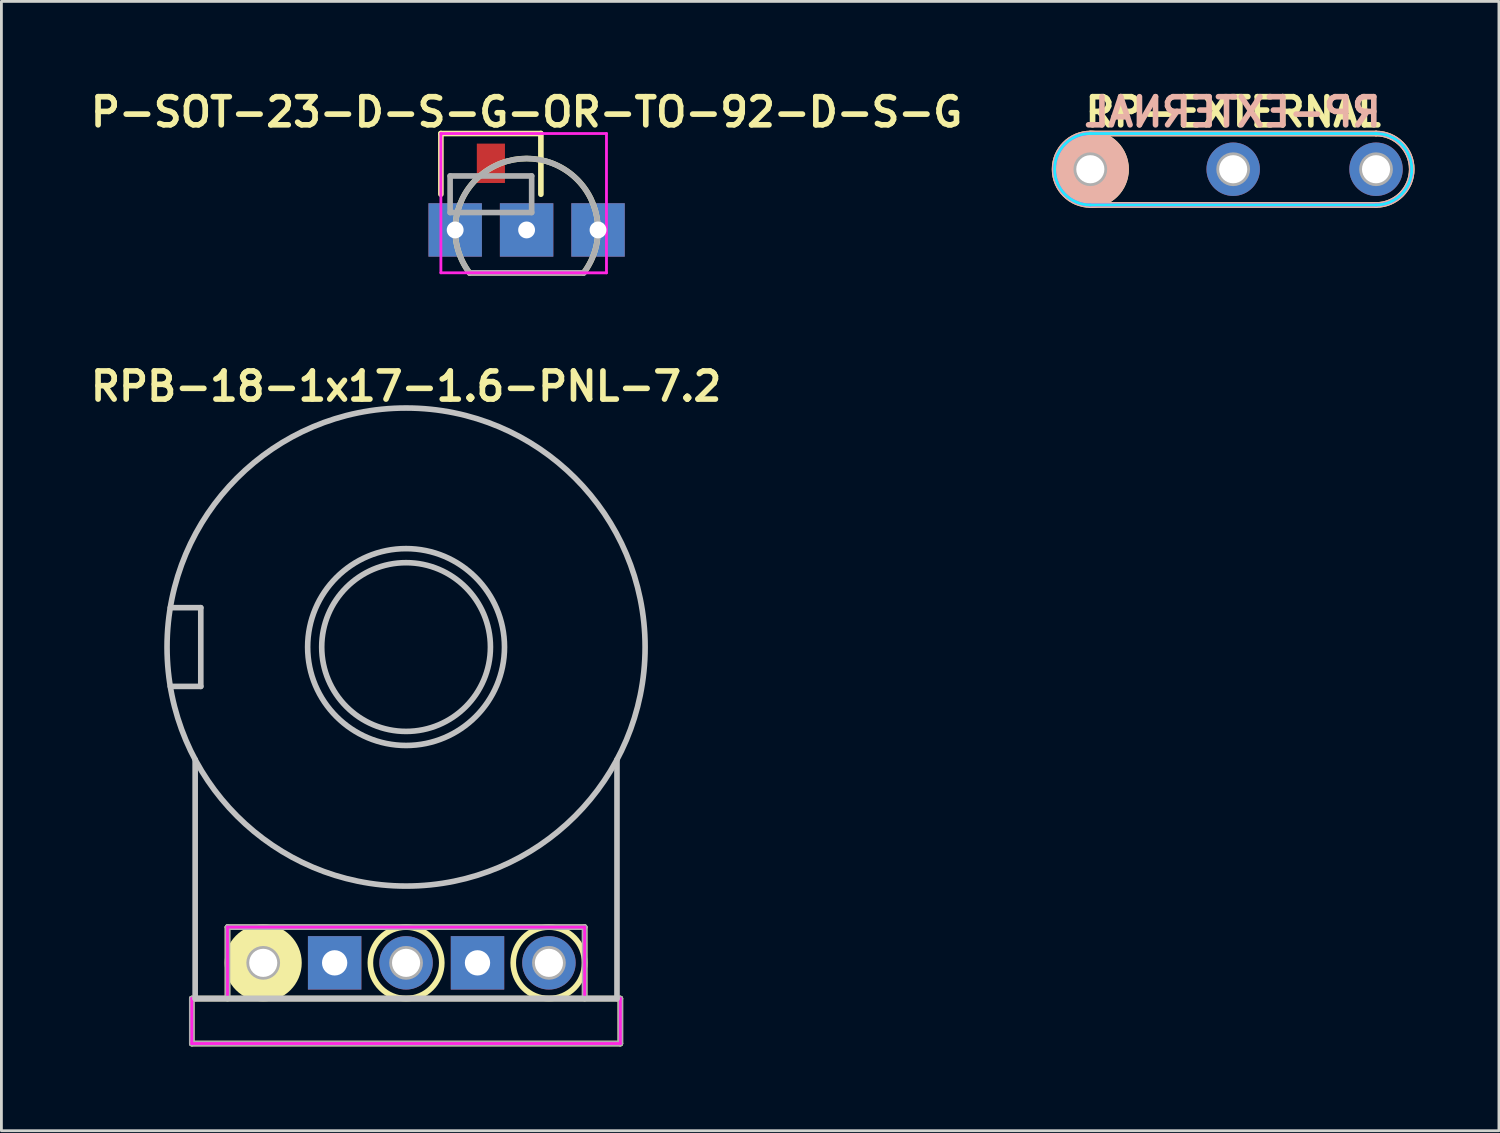
<source format=kicad_pcb>
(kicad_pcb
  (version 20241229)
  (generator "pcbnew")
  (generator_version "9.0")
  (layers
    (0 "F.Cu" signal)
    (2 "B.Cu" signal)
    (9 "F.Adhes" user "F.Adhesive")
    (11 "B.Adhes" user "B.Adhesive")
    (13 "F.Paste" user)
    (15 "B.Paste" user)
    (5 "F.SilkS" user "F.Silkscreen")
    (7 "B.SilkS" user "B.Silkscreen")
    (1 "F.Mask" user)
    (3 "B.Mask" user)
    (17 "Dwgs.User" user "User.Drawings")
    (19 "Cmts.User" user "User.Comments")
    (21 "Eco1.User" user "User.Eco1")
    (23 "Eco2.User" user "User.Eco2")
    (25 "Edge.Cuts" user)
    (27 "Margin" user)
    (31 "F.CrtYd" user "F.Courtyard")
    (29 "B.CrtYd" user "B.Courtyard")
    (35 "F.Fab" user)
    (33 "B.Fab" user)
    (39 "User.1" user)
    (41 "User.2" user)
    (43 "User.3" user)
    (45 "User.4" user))
  (footprint "RPB-18-1x17-1.6-PNL-7.2"
    (layer "F.Cu")
    (at 11.39 19.959)
    (property "Reference" "RPB-18-1x17-1.6-PNL-7.2" (at 0 -9.271 0) (layer "F.SilkS") (effects (font (size 1 1) (thickness 0.2))))
    (attr through_hole)
    (fp_line (start -7.62 12.5) (end -7.62 14.1) (stroke (width 0.2) (type solid)) (layer "F.SilkS"))
    (fp_line (start -7.62 12.5) (end 7.62 12.5) (stroke (width 0.2) (type solid)) (layer "F.SilkS"))
    (fp_line (start -7.62 14.1) (end 7.62 14.1) (stroke (width 0.2) (type solid)) (layer "F.SilkS"))
    (fp_line (start -6.35 9.96) (end -6.35 12.5) (stroke (width 0.2) (type solid)) (layer "F.SilkS"))
    (fp_line (start -6.35 9.96) (end 6.35 9.96) (stroke (width 0.2) (type solid)) (layer "F.SilkS"))
    (fp_line (start 6.35 9.96) (end 6.35 12.5) (stroke (width 0.2) (type solid)) (layer "F.SilkS"))
    (fp_line (start 7.62 12.5) (end 7.62 14.1) (stroke (width 0.2) (type solid)) (layer "F.SilkS"))
    (fp_circle (center -5.08 11.23) (end -4.395 11.23) (stroke (width 1.37) (type solid)) (fill no) (layer "F.SilkS"))
    (fp_circle (center 0 11.23) (end 1.27 11.23) (stroke (width 0.2) (type solid)) (fill no) (layer "F.SilkS"))
    (fp_circle (center 5.08 11.23) (end 6.35 11.23) (stroke (width 0.2) (type solid)) (fill no) (layer "F.SilkS"))
    (fp_line (start -8.384 -1.4) (end -7.3 -1.4) (stroke (width 0.2) (type solid)) (layer "Dwgs.User"))
    (fp_line (start -8.384 1.4) (end -7.3 1.4) (stroke (width 0.2) (type solid)) (layer "Dwgs.User"))
    (fp_line (start -7.5 4) (end -7.5 12.5) (stroke (width 0.2) (type solid)) (layer "Dwgs.User"))
    (fp_line (start -7.5 12.5) (end 7.5 12.5) (stroke (width 0.2) (type solid)) (layer "Dwgs.User"))
    (fp_line (start -7.3 -1.4) (end -7.3 1.4) (stroke (width 0.2) (type solid)) (layer "Dwgs.User"))
    (fp_line (start 7.5 4) (end 7.5 12.5) (stroke (width 0.2) (type solid)) (layer "Dwgs.User"))
    (fp_circle (center 0 0) (end 3 0) (stroke (width 0.2) (type solid)) (fill no) (layer "Dwgs.User"))
    (fp_circle (center 0 0) (end 3.5 0) (stroke (width 0.2) (type solid)) (fill no) (layer "Dwgs.User"))
    (fp_circle (center 0 0) (end 8.5 0) (stroke (width 0.2) (type solid)) (fill no) (layer "Dwgs.User"))
    (fp_circle (center 0 0) (end 3.6 0) (stroke (width 0.4) (type solid)) (fill no) (layer "Eco1.User"))
    (fp_line (start -7.62 12.5) (end -7.62 14.1) (stroke (width 0.1) (type solid)) (layer "F.CrtYd"))
    (fp_line (start -7.62 12.5) (end -6.35 12.5) (stroke (width 0.1) (type solid)) (layer "F.CrtYd"))
    (fp_line (start -7.62 14.1) (end 7.62 14.1) (stroke (width 0.1) (type solid)) (layer "F.CrtYd"))
    (fp_line (start -6.35 9.96) (end -6.35 12.5) (stroke (width 0.1) (type solid)) (layer "F.CrtYd"))
    (fp_line (start -6.35 9.96) (end 6.35 9.96) (stroke (width 0.1) (type solid)) (layer "F.CrtYd"))
    (fp_line (start 6.35 9.96) (end 6.35 12.5) (stroke (width 0.1) (type solid)) (layer "F.CrtYd"))
    (fp_line (start 6.35 12.5) (end 7.62 12.5) (stroke (width 0.1) (type solid)) (layer "F.CrtYd"))
    (fp_line (start 7.62 12.5) (end 7.62 14.1) (stroke (width 0.1) (type solid)) (layer "F.CrtYd"))
    (fp_line (start -7.62 12.5) (end -7.62 14.1) (stroke (width 0.2) (type solid)) (layer "F.Fab"))
    (fp_line (start -7.62 12.5) (end 7.62 12.5) (stroke (width 0.2) (type solid)) (layer "F.Fab"))
    (fp_line (start -7.62 14.1) (end 7.62 14.1) (stroke (width 0.2) (type solid)) (layer "F.Fab"))
    (fp_line (start -6.35 9.96) (end -6.35 12.5) (stroke (width 0.2) (type solid)) (layer "F.Fab"))
    (fp_line (start -6.35 9.96) (end 6.35 9.96) (stroke (width 0.2) (type solid)) (layer "F.Fab"))
    (fp_line (start 6.35 9.96) (end 6.35 12.5) (stroke (width 0.2) (type solid)) (layer "F.Fab"))
    (fp_line (start 7.62 12.5) (end 7.62 14.1) (stroke (width 0.2) (type solid)) (layer "F.Fab"))
    (fp_circle (center -5.08 11.23) (end -4.58 11.23) (stroke (width 0.2) (type solid)) (fill no) (layer "F.Fab"))
    (fp_circle (center 0 11.23) (end 0.5 11.23) (stroke (width 0.2) (type solid)) (fill no) (layer "F.Fab"))
    (fp_circle (center 5.08 11.23) (end 5.58 11.23) (stroke (width 0.2) (type solid)) (fill no) (layer "F.Fab"))
    (pad "1" thru_hole circle (at -5.08 11.23) (size 1.9 1.9) (drill 1) (layers "*.Cu" "*.Mask"))
    (pad "2" thru_hole circle (at 0 11.23) (size 1.9 1.9) (drill 1) (layers "*.Cu" "*.Mask"))
    (pad "3" thru_hole circle (at 5.08 11.23) (size 1.9 1.9) (drill 1) (layers "*.Cu" "*.Mask"))
    (pad "NC1" thru_hole rect (at -2.54 11.23) (size 1.9 1.9) (drill 0.9) (layers "*.Cu" "*.Mask"))
    (pad "NC2" thru_hole rect (at 2.54 11.23) (size 1.9 1.9) (drill 0.9) (layers "*.Cu" "*.Mask")))
  (footprint "RP-EXTERNAL"
    (layer "F.Cu")
    (at 40.802 2.968)
    (property "Reference" "RP-EXTERNAL" (at 0 -2.032 0) (unlocked yes) (layer "F.SilkS") (effects (font (size 1 1) (thickness 0.2))))
    (attr through_hole)
    (fp_line (start -5.08 -1.27) (end 5.08 -1.27) (stroke (width 0.2) (type solid)) (layer "F.SilkS"))
    (fp_line (start -5.08 1.27) (end 5.08 1.27) (stroke (width 0.2) (type solid)) (layer "F.SilkS"))
    (fp_arc (start 5.08 -1.27) (mid 6.35 0) (end 5.08 1.27) (stroke (width 0.2) (type solid)) (layer "F.SilkS"))
    (fp_circle (center -5.08 0) (end -4.395 0) (stroke (width 1.37) (type solid)) (fill no) (layer "F.SilkS"))
    (fp_line (start -5.08 -1.27) (end 5.08 -1.27) (stroke (width 0.2) (type solid)) (layer "B.SilkS"))
    (fp_line (start -5.08 1.27) (end 5.08 1.27) (stroke (width 0.2) (type solid)) (layer "B.SilkS"))
    (fp_arc (start 5.08 -1.27) (mid 6.35 0) (end 5.08 1.27) (stroke (width 0.2) (type solid)) (layer "B.SilkS"))
    (fp_circle (center -5.08 0) (end -4.395 0) (stroke (width 1.37) (type solid)) (fill no) (layer "B.SilkS"))
    (fp_line (start -5.08 -1.27) (end 5.08 -1.27) (stroke (width 0.1) (type solid)) (layer "B.CrtYd"))
    (fp_line (start -5.08 1.27) (end 5.08 1.27) (stroke (width 0.1) (type solid)) (layer "B.CrtYd"))
    (fp_arc (start -5.08 1.27) (mid -6.35 0) (end -5.08 -1.27) (stroke (width 0.1) (type solid)) (layer "B.CrtYd"))
    (fp_arc (start 5.08 -1.27) (mid 6.35 0) (end 5.08 1.27) (stroke (width 0.1) (type solid)) (layer "B.CrtYd"))
    (fp_line (start -5.08 -1.27) (end 5.08 -1.27) (stroke (width 0.1) (type solid)) (layer "F.CrtYd"))
    (fp_line (start -5.08 1.27) (end 5.08 1.27) (stroke (width 0.1) (type solid)) (layer "F.CrtYd"))
    (fp_arc (start -5.08 1.27) (mid -6.35 0) (end -5.08 -1.27) (stroke (width 0.1) (type solid)) (layer "F.CrtYd"))
    (fp_arc (start 5.08 -1.27) (mid 6.35 0) (end 5.08 1.27) (stroke (width 0.1) (type solid)) (layer "F.CrtYd"))
    (fp_circle (center -5.08 0) (end -4.58 0) (stroke (width 0.2) (type solid)) (fill no) (layer "F.Fab"))
    (fp_circle (center 0 0) (end 0.5 0) (stroke (width 0.2) (type solid)) (fill no) (layer "F.Fab"))
    (fp_circle (center 5.08 0) (end 5.58 0) (stroke (width 0.2) (type solid)) (fill no) (layer "F.Fab"))
    (fp_text user "${REFERENCE}" (at 0 -2.032 0) (unlocked yes) (layer "B.SilkS") (effects (font (size 1 1) (thickness 0.2)) (justify mirror)))
    (pad "1" thru_hole circle (at -5.08 0) (size 1.9 1.9) (drill 1) (layers "*.Cu" "*.Mask"))
    (pad "2" thru_hole circle (at 0 0) (size 1.9 1.9) (drill 1) (layers "*.Cu" "*.Mask"))
    (pad "3" thru_hole circle (at 5.08 0) (size 1.9 1.9) (drill 1) (layers "*.Cu" "*.Mask")))
  (footprint "P-SOT-23-D-S-G-OR-TO-92-D-S-G"
    (layer "F.Cu")
    (at 15.676 5.127)
    (property "Reference" "P-SOT-23-D-S-G-OR-TO-92-D-S-G" (at 0 -4.191 0) (layer "F.SilkS") (effects (font (size 1 1) (thickness 0.2))))
    (attr through_hole)
    (fp_line (start -3.048 -1.27) (end -3.048 -3.429) (stroke (width 0.2) (type solid)) (layer "F.SilkS"))
    (fp_line (start -2.031 1.525) (end 2.031 1.525) (stroke (width 0.2) (type solid)) (layer "F.SilkS"))
    (fp_line (start 0.508 -3.429) (end -3.048 -3.429) (stroke (width 0.2) (type solid)) (layer "F.SilkS"))
    (fp_line (start 0.508 -3.429) (end 0.508 -1.27) (stroke (width 0.2) (type solid)) (layer "F.SilkS"))
    (fp_arc (start -2.03125 1.525) (mid 0 -2.54) (end 2.03125 1.525) (stroke (width 0.2) (type solid)) (layer "F.SilkS"))
    (fp_line (start -3.048 -3.429) (end -3.048 1.524) (stroke (width 0.1) (type solid)) (layer "F.CrtYd"))
    (fp_line (start -3.048 -3.429) (end 2.84 -3.429) (stroke (width 0.1) (type solid)) (layer "F.CrtYd"))
    (fp_line (start -3.048 1.524) (end 2.84 1.525) (stroke (width 0.1) (type solid)) (layer "F.CrtYd"))
    (fp_line (start 2.84 -3.429) (end 2.84 1.525) (stroke (width 0.1) (type solid)) (layer "F.CrtYd"))
    (fp_line (start -2.72 -1.92) (end -2.72 -0.62) (stroke (width 0.2) (type solid)) (layer "F.Fab"))
    (fp_line (start -2.72 -1.92) (end 0.18 -1.92) (stroke (width 0.2) (type solid)) (layer "F.Fab"))
    (fp_line (start -2.72 -0.62) (end 0.18 -0.62) (stroke (width 0.2) (type solid)) (layer "F.Fab"))
    (fp_line (start -2.031 1.525) (end 2.031 1.525) (stroke (width 0.2) (type solid)) (layer "F.Fab"))
    (fp_line (start 0.18 -1.92) (end 0.18 -0.62) (stroke (width 0.2) (type solid)) (layer "F.Fab"))
    (fp_arc (start -2.03125 1.525) (mid 0.000084 -2.54) (end 2.031149 1.525135) (stroke (width 0.2) (type solid)) (layer "F.Fab"))
    (pad "D" thru_hole rect (at -2.54 0) (size 1.9 1.9) (drill 0.6) (layers "*.Cu" "*.Mask"))
    (pad "G" smd rect (at -1.27 -2.37) (size 1 1.4) (layers "F.Cu" "F.Mask"))
    (pad "G" thru_hole rect (at 2.54 0) (size 1.9 1.9) (drill 0.6) (layers "*.Cu" "*.Mask"))
    (pad "S" thru_hole rect (at 0 0) (size 1.9 1.9) (drill 0.6) (layers "*.Cu" "*.Mask")))
  (gr_rect
    (start -3 -3)
    (end 50.252 37.159)
    (stroke (width 0.1) (type default))
    (fill no)
    (layer "Edge.Cuts")))
</source>
